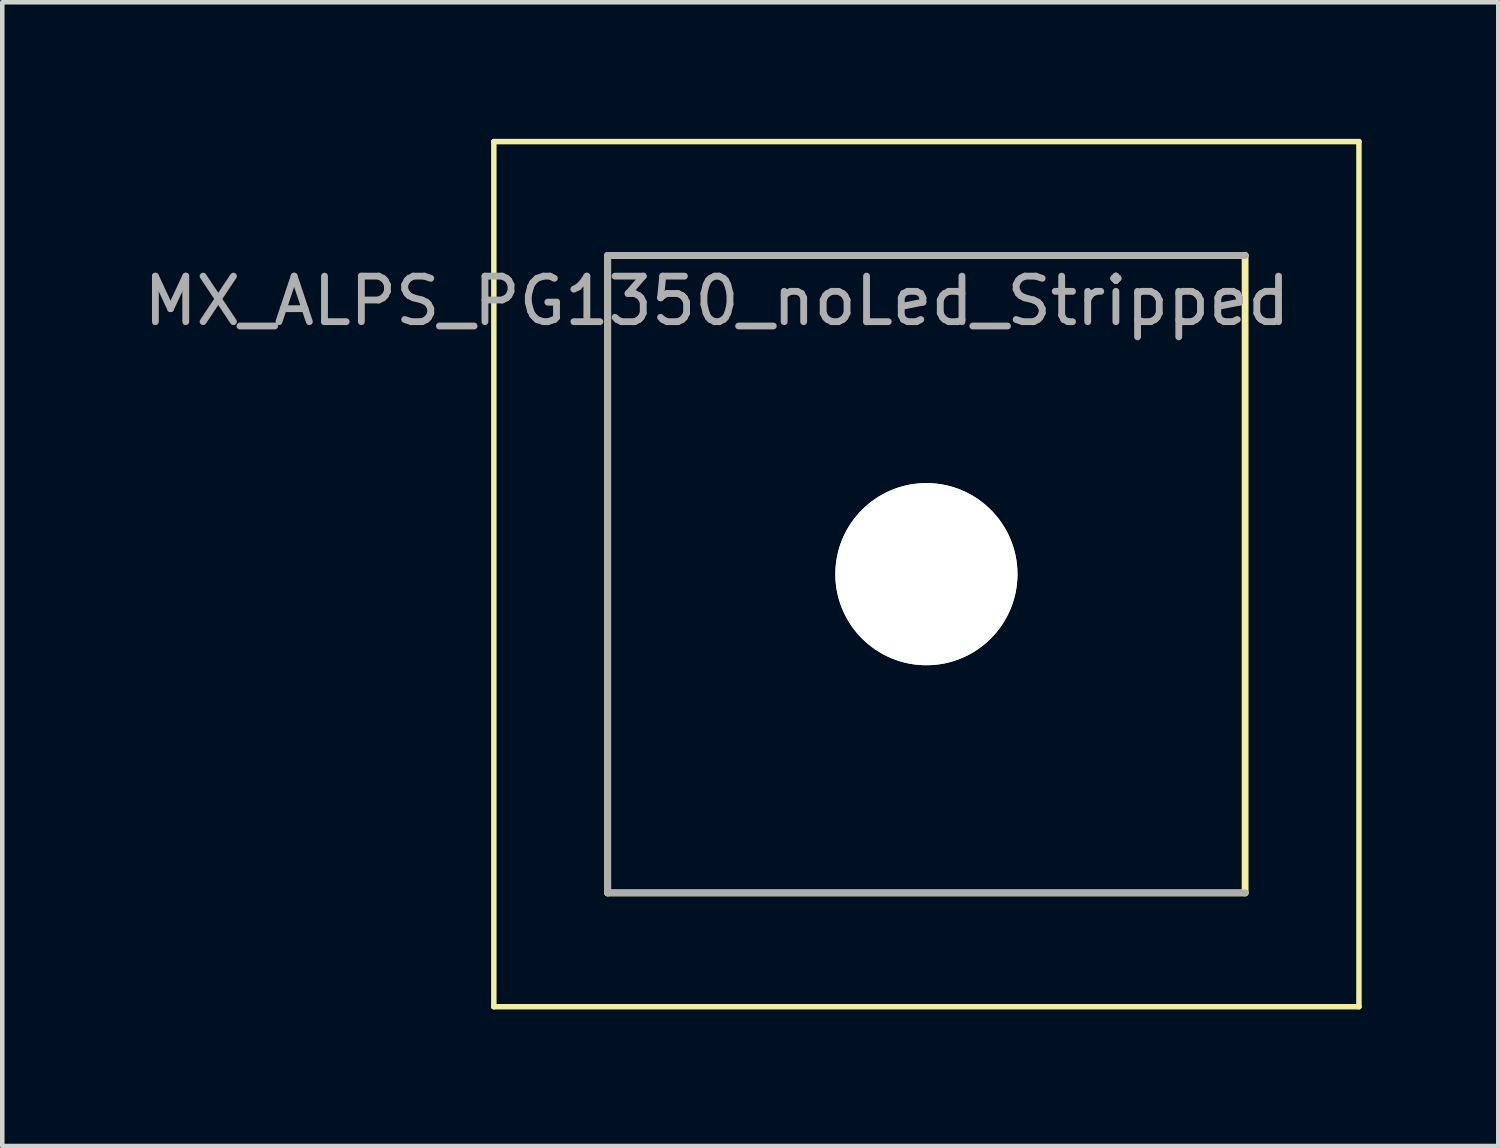
<source format=kicad_pcb>
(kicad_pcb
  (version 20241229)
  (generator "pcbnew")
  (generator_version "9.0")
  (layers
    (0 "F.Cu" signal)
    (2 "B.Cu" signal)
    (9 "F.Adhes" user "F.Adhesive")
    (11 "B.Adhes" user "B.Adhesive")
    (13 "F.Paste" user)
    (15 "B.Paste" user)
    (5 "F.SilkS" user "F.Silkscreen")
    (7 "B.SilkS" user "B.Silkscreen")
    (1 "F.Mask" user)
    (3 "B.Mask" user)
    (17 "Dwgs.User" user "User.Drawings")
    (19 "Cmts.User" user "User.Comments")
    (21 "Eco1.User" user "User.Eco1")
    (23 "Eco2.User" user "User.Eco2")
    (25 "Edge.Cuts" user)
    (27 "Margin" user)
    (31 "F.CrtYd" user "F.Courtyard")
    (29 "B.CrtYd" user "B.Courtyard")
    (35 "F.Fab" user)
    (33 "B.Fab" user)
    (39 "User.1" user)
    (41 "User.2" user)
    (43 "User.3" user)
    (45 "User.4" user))
  (footprint "MX_ALPS_PG1350_noLed_Stripped"
    (layer "F.Cu")
    (at 17.296 9.56)
    (property "Reference" "MX_ALPS_PG1350_noLed_Stripped" (at -4.6 -6 180) (layer "F.Fab") (effects (font (size 1 1) (thickness 0.15))))
    (attr through_hole)
    (fp_line (start -9.5 -9.5) (end 9.5 -9.5) (stroke (width 0.12) (type solid)) (layer "F.SilkS"))
    (fp_line (start -9.5 9.5) (end -9.5 -9.5) (stroke (width 0.12) (type solid)) (layer "F.SilkS"))
    (fp_line (start -7 -7) (end 7 -7) (stroke (width 0.15) (type solid)) (layer "F.SilkS"))
    (fp_line (start -7 7) (end -7 -7) (stroke (width 0.15) (type solid)) (layer "F.SilkS"))
    (fp_line (start 7 7) (end -7 7) (stroke (width 0.15) (type solid)) (layer "F.SilkS"))
    (fp_line (start 7 7) (end 7 -7) (stroke (width 0.15) (type solid)) (layer "F.SilkS"))
    (fp_line (start 9.5 -9.5) (end 9.5 9.5) (stroke (width 0.12) (type solid)) (layer "F.SilkS"))
    (fp_line (start 9.5 9.5) (end -9.5 9.5) (stroke (width 0.12) (type solid)) (layer "F.SilkS"))
    (fp_line (start 7 -7) (end 7 7) (stroke (width 0.15) (type solid)) (layer "Eco2.User"))
    (fp_line (start -7 -7) (end -7 7) (stroke (width 0.15) (type solid)) (layer "F.Fab"))
    (fp_line (start -7 7) (end 7 7) (stroke (width 0.15) (type solid)) (layer "F.Fab"))
    (fp_line (start 7 -7) (end -7 -7) (stroke (width 0.15) (type solid)) (layer "F.Fab"))
    (pad "" np_thru_hole circle (at 0 0 270) (size 4 4) (drill 4) (layers "*.Cu" "*.Mask" "F.SilkS")))
  (gr_rect
    (start -3 -3)
    (end 29.856 22.12)
    (stroke (width 0.1) (type default))
    (fill no)
    (layer "Edge.Cuts")))
</source>
